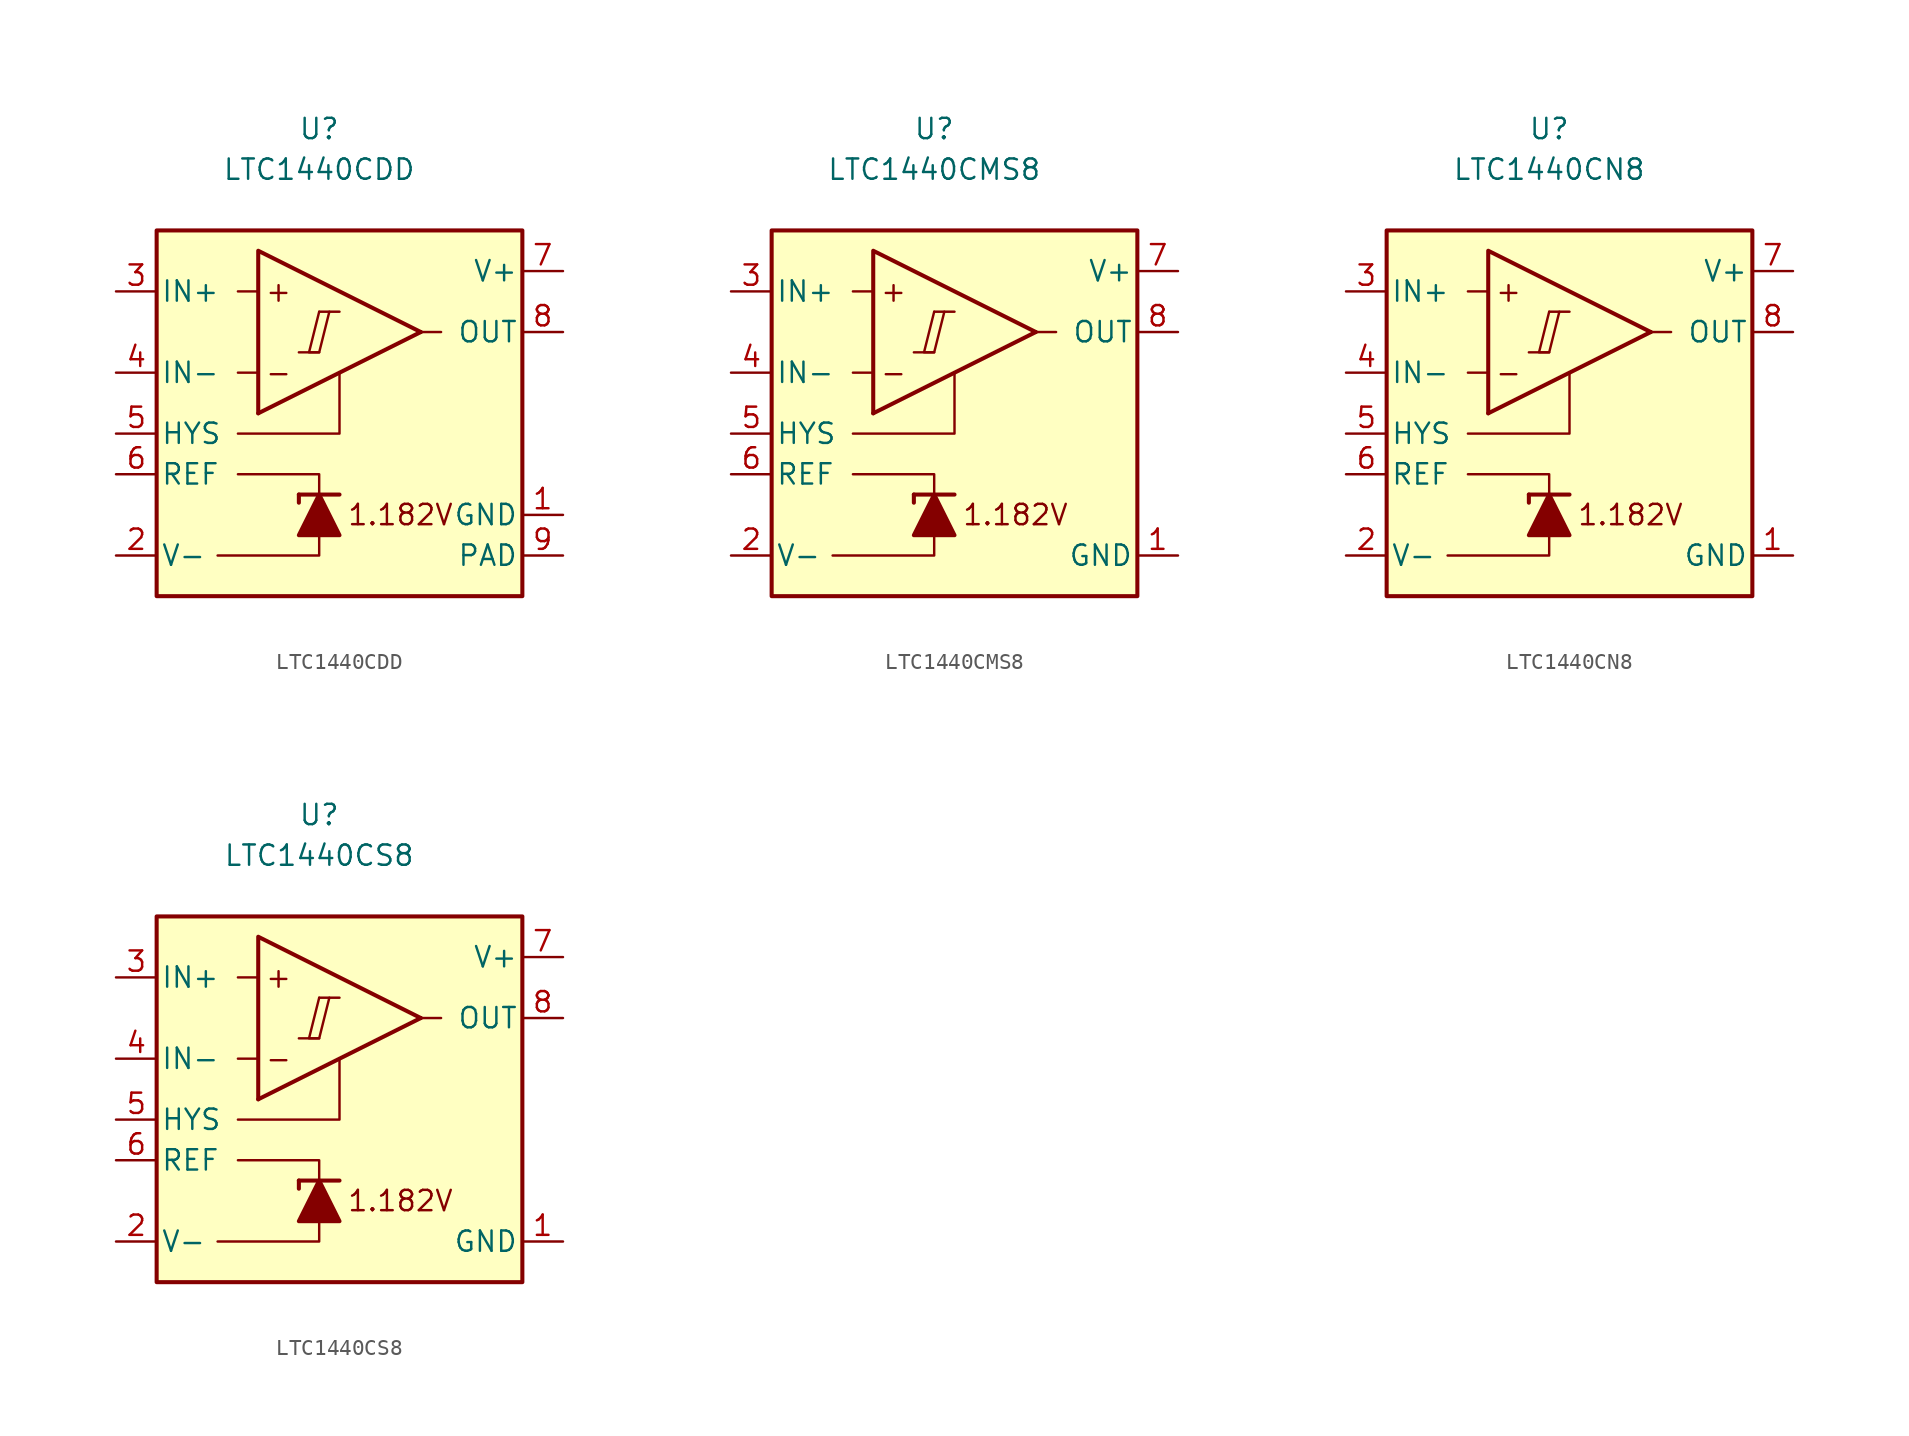
<source format=kicad_sym>
(kicad_symbol_lib
  (version 20211014)
  (generator kicad_symbol_editor)
  (symbol "LTC1440CDD"
    (pin_names
      (offset 0.254))
    (property "Reference" "U"
      (at 0 16.51 0)
      (effects (font (size 1.27 1.27))))
    (property "Value" "LTC1440CDD"
      (at 0 13.97 0)
      (effects (font (size 1.27 1.27))))
    (symbol "LTC1440CDD_0_0"
      (polyline (pts (xy -1.27 2.54) (xy 0 2.54)) (stroke (width 0.152) (type default) (color 0 0 0 0)) (fill (type none)))
      (polyline (pts (xy 0 5.08) (xy 1.27 5.08)) (stroke (width 0.152) (type default) (color 0 0 0 0)) (fill (type none)))
      (polyline (pts (xy 6.35 3.81) (xy -3.81 -1.27)) (stroke (width 0.254) (type default) (color 0 0 0 0)) (fill (type none)))
      (polyline (pts (xy 6.35 3.81) (xy -3.81 8.89) (xy -3.81 -1.27)) (stroke (width 0.254) (type default) (color 0 0 0 0)) (fill (type background)))
      (polyline (pts (xy 0 5.08) (xy -0.635 2.54) (xy 0 2.54) (xy 0.635 5.08)) (stroke (width 0.152) (type default) (color 0 0 0 0)) (fill (type none)))
      (text "+" (at -2.54 6.35 0) (effects (font (size 1.27 1.27))))
      (text "-" (at -2.54 1.27 0) (effects (font (size 1.27 1.27)))))
    (symbol "LTC1440CDD_0_1"
      (polyline (pts (xy -3.81 1.27) (xy -5.08 1.27)) (stroke (width 0) (type default) (color 0 0 0 0)) (fill (type none)))
      (polyline (pts (xy -3.81 6.35) (xy -5.08 6.35)) (stroke (width 0) (type default) (color 0 0 0 0)) (fill (type none)))
      (polyline (pts (xy -1.27 -6.35) (xy -1.27 -6.858)) (stroke (width 0.254) (type default) (color 0 0 0 0)) (fill (type none)))
      (polyline (pts (xy -1.27 -6.35) (xy 1.27 -6.35)) (stroke (width 0.254) (type default) (color 0 0 0 0)) (fill (type none)))
      (polyline (pts (xy 6.35 3.81) (xy 7.62 3.81)) (stroke (width 0) (type default) (color 0 0 0 0)) (fill (type none)))
      (polyline (pts (xy 0 -8.89) (xy 0 -10.16) (xy -6.35 -10.16)) (stroke (width 0) (type default) (color 0 0 0 0)) (fill (type none)))
      (polyline (pts (xy 0 -6.35) (xy 0 -5.08) (xy -5.08 -5.08)) (stroke (width 0) (type default) (color 0 0 0 0)) (fill (type none)))
      (polyline (pts (xy 1.27 1.27) (xy 1.27 -2.54) (xy -5.08 -2.54)) (stroke (width 0) (type default) (color 0 0 0 0)) (fill (type none)))
      (polyline (pts (xy 1.27 -8.89) (xy -1.27 -8.89) (xy 0 -6.35) (xy 1.27 -8.89)) (stroke (width 0.254) (type default) (color 0 0 0 0)) (fill (type outline)))
      (rectangle (start 12.7 10.16) (end -10.16 -12.7) (stroke (width 0.254) (type default) (color 0 0 0 0)) (fill (type background))))
    (symbol "LTC1440CDD_1_0"
      (text "1.182V" (at 5.08 -7.62 0) (effects (font (size 1.27 1.27)))))
    (symbol "LTC1440CDD_1_1"
      (pin power_in line (at 15.24 -7.62 180) (length 2.54) (name "GND" (effects (font (size 1.27 1.27)))) (number "1" (effects (font (size 1.27 1.27)))))
      (pin power_in line (at -12.7 -10.16 0) (length 2.54) (name "V-" (effects (font (size 1.27 1.27)))) (number "2" (effects (font (size 1.27 1.27)))))
      (pin input line (at -12.7 6.35 0) (length 2.54) (name "IN+" (effects (font (size 1.27 1.27)))) (number "3" (effects (font (size 1.27 1.27)))))
      (pin input line (at -12.7 1.27 0) (length 2.54) (name "IN-" (effects (font (size 1.27 1.27)))) (number "4" (effects (font (size 1.27 1.27)))))
      (pin input line (at -12.7 -2.54 0) (length 2.54) (name "HYS" (effects (font (size 1.27 1.27)))) (number "5" (effects (font (size 1.27 1.27)))))
      (pin output line (at -12.7 -5.08 0) (length 2.54) (name "REF" (effects (font (size 1.27 1.27)))) (number "6" (effects (font (size 1.27 1.27)))))
      (pin power_in line (at 15.24 7.62 180) (length 2.54) (name "V+" (effects (font (size 1.27 1.27)))) (number "7" (effects (font (size 1.27 1.27)))))
      (pin output line (at 15.24 3.81 180) (length 2.54) (name "OUT" (effects (font (size 1.27 1.27)))) (number "8" (effects (font (size 1.27 1.27)))))
      (pin power_in line (at 15.24 -10.16 180) (length 2.54) (name "PAD" (effects (font (size 1.27 1.27)))) (number "9" (effects (font (size 1.27 1.27)))))))
  (symbol "LTC1440CMS8"
    (pin_names
      (offset 0.254))
    (property "Reference" "U"
      (at 0 16.51 0)
      (effects (font (size 1.27 1.27))))
    (property "Value" "LTC1440CMS8"
      (at 0 13.97 0)
      (effects (font (size 1.27 1.27))))
    (symbol "LTC1440CMS8_0_0"
      (polyline (pts (xy -1.27 2.54) (xy 0 2.54)) (stroke (width 0.152) (type default) (color 0 0 0 0)) (fill (type none)))
      (polyline (pts (xy 0 5.08) (xy 1.27 5.08)) (stroke (width 0.152) (type default) (color 0 0 0 0)) (fill (type none)))
      (polyline (pts (xy 6.35 3.81) (xy -3.81 -1.27)) (stroke (width 0.254) (type default) (color 0 0 0 0)) (fill (type none)))
      (polyline (pts (xy 6.35 3.81) (xy -3.81 8.89) (xy -3.81 -1.27)) (stroke (width 0.254) (type default) (color 0 0 0 0)) (fill (type background)))
      (polyline (pts (xy 0 5.08) (xy -0.635 2.54) (xy 0 2.54) (xy 0.635 5.08)) (stroke (width 0.152) (type default) (color 0 0 0 0)) (fill (type none)))
      (text "+" (at -2.54 6.35 0) (effects (font (size 1.27 1.27))))
      (text "-" (at -2.54 1.27 0) (effects (font (size 1.27 1.27)))))
    (symbol "LTC1440CMS8_0_1"
      (polyline (pts (xy -3.81 1.27) (xy -5.08 1.27)) (stroke (width 0) (type default) (color 0 0 0 0)) (fill (type none)))
      (polyline (pts (xy -3.81 6.35) (xy -5.08 6.35)) (stroke (width 0) (type default) (color 0 0 0 0)) (fill (type none)))
      (polyline (pts (xy -1.27 -6.35) (xy -1.27 -6.858)) (stroke (width 0.254) (type default) (color 0 0 0 0)) (fill (type none)))
      (polyline (pts (xy -1.27 -6.35) (xy 1.27 -6.35)) (stroke (width 0.254) (type default) (color 0 0 0 0)) (fill (type none)))
      (polyline (pts (xy 6.35 3.81) (xy 7.62 3.81)) (stroke (width 0) (type default) (color 0 0 0 0)) (fill (type none)))
      (polyline (pts (xy 0 -8.89) (xy 0 -10.16) (xy -6.35 -10.16)) (stroke (width 0) (type default) (color 0 0 0 0)) (fill (type none)))
      (polyline (pts (xy 0 -6.35) (xy 0 -5.08) (xy -5.08 -5.08)) (stroke (width 0) (type default) (color 0 0 0 0)) (fill (type none)))
      (polyline (pts (xy 1.27 1.27) (xy 1.27 -2.54) (xy -5.08 -2.54)) (stroke (width 0) (type default) (color 0 0 0 0)) (fill (type none)))
      (polyline (pts (xy 1.27 -8.89) (xy -1.27 -8.89) (xy 0 -6.35) (xy 1.27 -8.89)) (stroke (width 0.254) (type default) (color 0 0 0 0)) (fill (type outline)))
      (rectangle (start 12.7 10.16) (end -10.16 -12.7) (stroke (width 0.254) (type default) (color 0 0 0 0)) (fill (type background))))
    (symbol "LTC1440CMS8_1_0"
      (text "1.182V" (at 5.08 -7.62 0) (effects (font (size 1.27 1.27)))))
    (symbol "LTC1440CMS8_1_1"
      (pin power_in line (at 15.24 -10.16 180) (length 2.54) (name "GND" (effects (font (size 1.27 1.27)))) (number "1" (effects (font (size 1.27 1.27)))))
      (pin power_in line (at -12.7 -10.16 0) (length 2.54) (name "V-" (effects (font (size 1.27 1.27)))) (number "2" (effects (font (size 1.27 1.27)))))
      (pin input line (at -12.7 6.35 0) (length 2.54) (name "IN+" (effects (font (size 1.27 1.27)))) (number "3" (effects (font (size 1.27 1.27)))))
      (pin input line (at -12.7 1.27 0) (length 2.54) (name "IN-" (effects (font (size 1.27 1.27)))) (number "4" (effects (font (size 1.27 1.27)))))
      (pin input line (at -12.7 -2.54 0) (length 2.54) (name "HYS" (effects (font (size 1.27 1.27)))) (number "5" (effects (font (size 1.27 1.27)))))
      (pin output line (at -12.7 -5.08 0) (length 2.54) (name "REF" (effects (font (size 1.27 1.27)))) (number "6" (effects (font (size 1.27 1.27)))))
      (pin power_in line (at 15.24 7.62 180) (length 2.54) (name "V+" (effects (font (size 1.27 1.27)))) (number "7" (effects (font (size 1.27 1.27)))))
      (pin output line (at 15.24 3.81 180) (length 2.54) (name "OUT" (effects (font (size 1.27 1.27)))) (number "8" (effects (font (size 1.27 1.27)))))))
  (symbol "LTC1440CN8"
    (pin_names
      (offset 0.254))
    (property "Reference" "U"
      (at 0 16.51 0)
      (effects (font (size 1.27 1.27))))
    (property "Value" "LTC1440CN8"
      (at 0 13.97 0)
      (effects (font (size 1.27 1.27))))
    (symbol "LTC1440CN8_0_0"
      (polyline (pts (xy -1.27 2.54) (xy 0 2.54)) (stroke (width 0.152) (type default) (color 0 0 0 0)) (fill (type none)))
      (polyline (pts (xy 0 5.08) (xy 1.27 5.08)) (stroke (width 0.152) (type default) (color 0 0 0 0)) (fill (type none)))
      (polyline (pts (xy 6.35 3.81) (xy -3.81 -1.27)) (stroke (width 0.254) (type default) (color 0 0 0 0)) (fill (type none)))
      (polyline (pts (xy 6.35 3.81) (xy -3.81 8.89) (xy -3.81 -1.27)) (stroke (width 0.254) (type default) (color 0 0 0 0)) (fill (type background)))
      (polyline (pts (xy 0 5.08) (xy -0.635 2.54) (xy 0 2.54) (xy 0.635 5.08)) (stroke (width 0.152) (type default) (color 0 0 0 0)) (fill (type none)))
      (text "+" (at -2.54 6.35 0) (effects (font (size 1.27 1.27))))
      (text "-" (at -2.54 1.27 0) (effects (font (size 1.27 1.27)))))
    (symbol "LTC1440CN8_0_1"
      (polyline (pts (xy -3.81 1.27) (xy -5.08 1.27)) (stroke (width 0) (type default) (color 0 0 0 0)) (fill (type none)))
      (polyline (pts (xy -3.81 6.35) (xy -5.08 6.35)) (stroke (width 0) (type default) (color 0 0 0 0)) (fill (type none)))
      (polyline (pts (xy -1.27 -6.35) (xy -1.27 -6.858)) (stroke (width 0.254) (type default) (color 0 0 0 0)) (fill (type none)))
      (polyline (pts (xy -1.27 -6.35) (xy 1.27 -6.35)) (stroke (width 0.254) (type default) (color 0 0 0 0)) (fill (type none)))
      (polyline (pts (xy 6.35 3.81) (xy 7.62 3.81)) (stroke (width 0) (type default) (color 0 0 0 0)) (fill (type none)))
      (polyline (pts (xy 0 -8.89) (xy 0 -10.16) (xy -6.35 -10.16)) (stroke (width 0) (type default) (color 0 0 0 0)) (fill (type none)))
      (polyline (pts (xy 0 -6.35) (xy 0 -5.08) (xy -5.08 -5.08)) (stroke (width 0) (type default) (color 0 0 0 0)) (fill (type none)))
      (polyline (pts (xy 1.27 1.27) (xy 1.27 -2.54) (xy -5.08 -2.54)) (stroke (width 0) (type default) (color 0 0 0 0)) (fill (type none)))
      (polyline (pts (xy 1.27 -8.89) (xy -1.27 -8.89) (xy 0 -6.35) (xy 1.27 -8.89)) (stroke (width 0.254) (type default) (color 0 0 0 0)) (fill (type outline)))
      (rectangle (start 12.7 10.16) (end -10.16 -12.7) (stroke (width 0.254) (type default) (color 0 0 0 0)) (fill (type background))))
    (symbol "LTC1440CN8_1_0"
      (text "1.182V" (at 5.08 -7.62 0) (effects (font (size 1.27 1.27)))))
    (symbol "LTC1440CN8_1_1"
      (pin power_in line (at 15.24 -10.16 180) (length 2.54) (name "GND" (effects (font (size 1.27 1.27)))) (number "1" (effects (font (size 1.27 1.27)))))
      (pin power_in line (at -12.7 -10.16 0) (length 2.54) (name "V-" (effects (font (size 1.27 1.27)))) (number "2" (effects (font (size 1.27 1.27)))))
      (pin input line (at -12.7 6.35 0) (length 2.54) (name "IN+" (effects (font (size 1.27 1.27)))) (number "3" (effects (font (size 1.27 1.27)))))
      (pin input line (at -12.7 1.27 0) (length 2.54) (name "IN-" (effects (font (size 1.27 1.27)))) (number "4" (effects (font (size 1.27 1.27)))))
      (pin input line (at -12.7 -2.54 0) (length 2.54) (name "HYS" (effects (font (size 1.27 1.27)))) (number "5" (effects (font (size 1.27 1.27)))))
      (pin output line (at -12.7 -5.08 0) (length 2.54) (name "REF" (effects (font (size 1.27 1.27)))) (number "6" (effects (font (size 1.27 1.27)))))
      (pin power_in line (at 15.24 7.62 180) (length 2.54) (name "V+" (effects (font (size 1.27 1.27)))) (number "7" (effects (font (size 1.27 1.27)))))
      (pin output line (at 15.24 3.81 180) (length 2.54) (name "OUT" (effects (font (size 1.27 1.27)))) (number "8" (effects (font (size 1.27 1.27)))))))
  (symbol "LTC1440CS8"
    (pin_names
      (offset 0.254))
    (property "Reference" "U"
      (at 0 16.51 0)
      (effects (font (size 1.27 1.27))))
    (property "Value" "LTC1440CS8"
      (at 0 13.97 0)
      (effects (font (size 1.27 1.27))))
    (symbol "LTC1440CS8_0_0"
      (polyline (pts (xy -1.27 2.54) (xy 0 2.54)) (stroke (width 0.152) (type default) (color 0 0 0 0)) (fill (type none)))
      (polyline (pts (xy 0 5.08) (xy 1.27 5.08)) (stroke (width 0.152) (type default) (color 0 0 0 0)) (fill (type none)))
      (polyline (pts (xy 6.35 3.81) (xy -3.81 -1.27)) (stroke (width 0.254) (type default) (color 0 0 0 0)) (fill (type none)))
      (polyline (pts (xy 6.35 3.81) (xy -3.81 8.89) (xy -3.81 -1.27)) (stroke (width 0.254) (type default) (color 0 0 0 0)) (fill (type background)))
      (polyline (pts (xy 0 5.08) (xy -0.635 2.54) (xy 0 2.54) (xy 0.635 5.08)) (stroke (width 0.152) (type default) (color 0 0 0 0)) (fill (type none)))
      (text "+" (at -2.54 6.35 0) (effects (font (size 1.27 1.27))))
      (text "-" (at -2.54 1.27 0) (effects (font (size 1.27 1.27)))))
    (symbol "LTC1440CS8_0_1"
      (polyline (pts (xy -3.81 1.27) (xy -5.08 1.27)) (stroke (width 0) (type default) (color 0 0 0 0)) (fill (type none)))
      (polyline (pts (xy -3.81 6.35) (xy -5.08 6.35)) (stroke (width 0) (type default) (color 0 0 0 0)) (fill (type none)))
      (polyline (pts (xy -1.27 -6.35) (xy -1.27 -6.858)) (stroke (width 0.254) (type default) (color 0 0 0 0)) (fill (type none)))
      (polyline (pts (xy -1.27 -6.35) (xy 1.27 -6.35)) (stroke (width 0.254) (type default) (color 0 0 0 0)) (fill (type none)))
      (polyline (pts (xy 6.35 3.81) (xy 7.62 3.81)) (stroke (width 0) (type default) (color 0 0 0 0)) (fill (type none)))
      (polyline (pts (xy 0 -8.89) (xy 0 -10.16) (xy -6.35 -10.16)) (stroke (width 0) (type default) (color 0 0 0 0)) (fill (type none)))
      (polyline (pts (xy 0 -6.35) (xy 0 -5.08) (xy -5.08 -5.08)) (stroke (width 0) (type default) (color 0 0 0 0)) (fill (type none)))
      (polyline (pts (xy 1.27 1.27) (xy 1.27 -2.54) (xy -5.08 -2.54)) (stroke (width 0) (type default) (color 0 0 0 0)) (fill (type none)))
      (polyline (pts (xy 1.27 -8.89) (xy -1.27 -8.89) (xy 0 -6.35) (xy 1.27 -8.89)) (stroke (width 0.254) (type default) (color 0 0 0 0)) (fill (type outline)))
      (rectangle (start 12.7 10.16) (end -10.16 -12.7) (stroke (width 0.254) (type default) (color 0 0 0 0)) (fill (type background))))
    (symbol "LTC1440CS8_1_0"
      (text "1.182V" (at 5.08 -7.62 0) (effects (font (size 1.27 1.27)))))
    (symbol "LTC1440CS8_1_1"
      (pin power_in line (at 15.24 -10.16 180) (length 2.54) (name "GND" (effects (font (size 1.27 1.27)))) (number "1" (effects (font (size 1.27 1.27)))))
      (pin power_in line (at -12.7 -10.16 0) (length 2.54) (name "V-" (effects (font (size 1.27 1.27)))) (number "2" (effects (font (size 1.27 1.27)))))
      (pin input line (at -12.7 6.35 0) (length 2.54) (name "IN+" (effects (font (size 1.27 1.27)))) (number "3" (effects (font (size 1.27 1.27)))))
      (pin input line (at -12.7 1.27 0) (length 2.54) (name "IN-" (effects (font (size 1.27 1.27)))) (number "4" (effects (font (size 1.27 1.27)))))
      (pin input line (at -12.7 -2.54 0) (length 2.54) (name "HYS" (effects (font (size 1.27 1.27)))) (number "5" (effects (font (size 1.27 1.27)))))
      (pin output line (at -12.7 -5.08 0) (length 2.54) (name "REF" (effects (font (size 1.27 1.27)))) (number "6" (effects (font (size 1.27 1.27)))))
      (pin power_in line (at 15.24 7.62 180) (length 2.54) (name "V+" (effects (font (size 1.27 1.27)))) (number "7" (effects (font (size 1.27 1.27)))))
      (pin output line (at 15.24 3.81 180) (length 2.54) (name "OUT" (effects (font (size 1.27 1.27)))) (number "8" (effects (font (size 1.27 1.27))))))))
</source>
